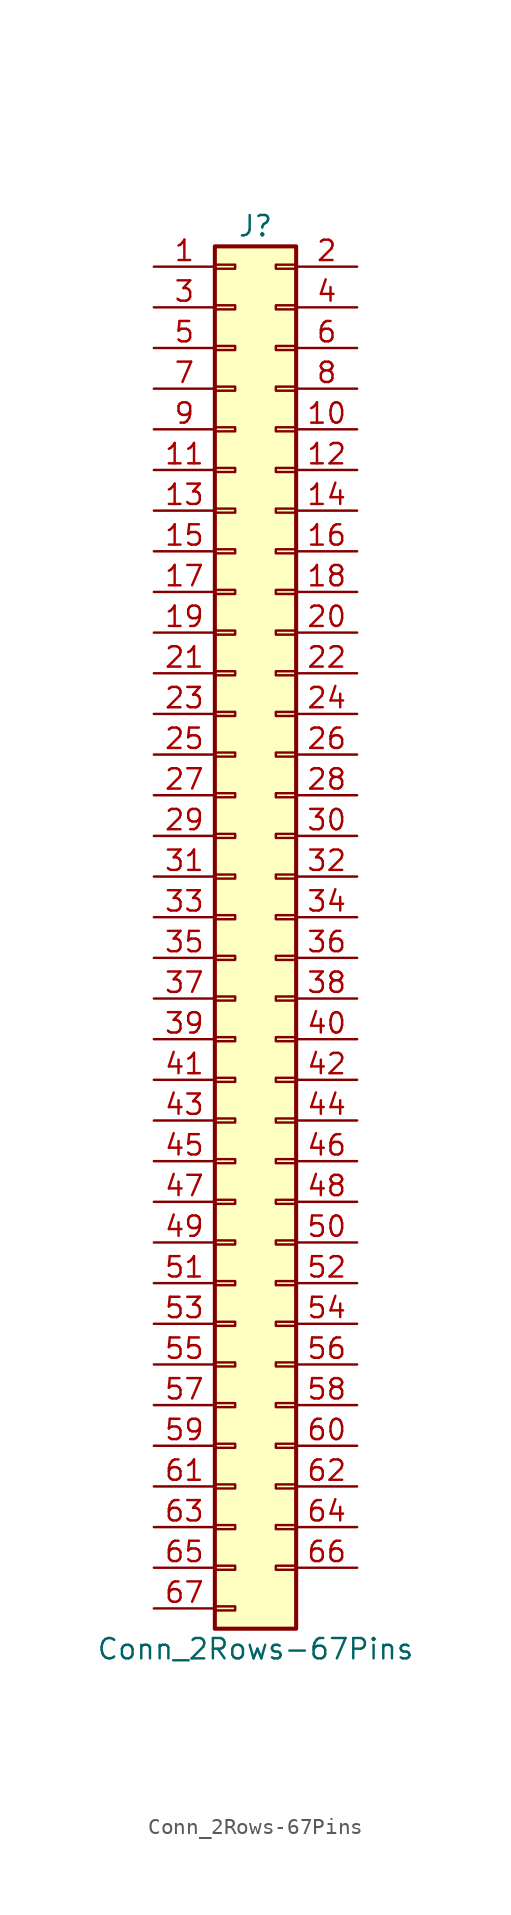
<source format=kicad_sym>
(kicad_symbol_lib
  (version 20200908)
  (generator kicad_symbol_editor)
  (symbol "Connector_Generic:Conn_2Rows-67Pins"
    (pin_names
      (offset 1.016) hide)
    (property "Reference" "J"
      (at 1.27 43.18 0)
      (effects (font (size 1.27 1.27))))
    (property "Value" "Conn_2Rows-67Pins"
      (at 1.27 -45.72 0)
      (effects (font (size 1.27 1.27))))
    (symbol "Conn_2Rows-67Pins_1_1"
      (rectangle (start -1.27 -27.813) (end 0 -28.067) (stroke (width 0.152)) (fill (type none)))
      (rectangle (start -1.27 -30.353) (end 0 -30.607) (stroke (width 0.152)) (fill (type none)))
      (rectangle (start -1.27 -32.893) (end 0 -33.147) (stroke (width 0.152)) (fill (type none)))
      (rectangle (start -1.27 -35.433) (end 0 -35.687) (stroke (width 0.152)) (fill (type none)))
      (rectangle (start -1.27 -37.973) (end 0 -38.227) (stroke (width 0.152)) (fill (type none)))
      (rectangle (start -1.27 -40.513) (end 0 -40.767) (stroke (width 0.152)) (fill (type none)))
      (rectangle (start -1.27 -43.053) (end 0 -43.307) (stroke (width 0.152)) (fill (type none)))
      (rectangle (start -1.27 -4.953) (end 0 -5.207) (stroke (width 0.152)) (fill (type none)))
      (rectangle (start -1.27 -7.493) (end 0 -7.747) (stroke (width 0.152)) (fill (type none)))
      (rectangle (start -1.27 -10.033) (end 0 -10.287) (stroke (width 0.152)) (fill (type none)))
      (rectangle (start -1.27 -12.573) (end 0 -12.827) (stroke (width 0.152)) (fill (type none)))
      (rectangle (start -1.27 -15.113) (end 0 -15.367) (stroke (width 0.152)) (fill (type none)))
      (rectangle (start -1.27 -17.653) (end 0 -17.907) (stroke (width 0.152)) (fill (type none)))
      (rectangle (start -1.27 -20.193) (end 0 -20.447) (stroke (width 0.152)) (fill (type none)))
      (rectangle (start -1.27 -22.733) (end 0 -22.987) (stroke (width 0.152)) (fill (type none)))
      (rectangle (start -1.27 -2.413) (end 0 -2.667) (stroke (width 0.152)) (fill (type none)))
      (rectangle (start -1.27 -25.273) (end 0 -25.527) (stroke (width 0.152)) (fill (type none)))
      (rectangle (start -1.27 25.527) (end 0 25.273) (stroke (width 0.152)) (fill (type none)))
      (rectangle (start -1.27 2.667) (end 0 2.413) (stroke (width 0.152)) (fill (type none)))
      (rectangle (start -1.27 28.067) (end 0 27.813) (stroke (width 0.152)) (fill (type none)))
      (rectangle (start -1.27 30.607) (end 0 30.353) (stroke (width 0.152)) (fill (type none)))
      (rectangle (start -1.27 33.147) (end 0 32.893) (stroke (width 0.152)) (fill (type none)))
      (rectangle (start -1.27 35.687) (end 0 35.433) (stroke (width 0.152)) (fill (type none)))
      (rectangle (start -1.27 38.227) (end 0 37.973) (stroke (width 0.152)) (fill (type none)))
      (rectangle (start -1.27 40.767) (end 0 40.513) (stroke (width 0.152)) (fill (type none)))
      (rectangle (start -1.27 41.91) (end 3.81 -44.45) (stroke (width 0.254)) (fill (type background)))
      (rectangle (start -1.27 5.207) (end 0 4.953) (stroke (width 0.152)) (fill (type none)))
      (rectangle (start -1.27 7.747) (end 0 7.493) (stroke (width 0.152)) (fill (type none)))
      (rectangle (start -1.27 10.287) (end 0 10.033) (stroke (width 0.152)) (fill (type none)))
      (rectangle (start -1.27 0.127) (end 0 -0.127) (stroke (width 0.152)) (fill (type none)))
      (rectangle (start -1.27 12.827) (end 0 12.573) (stroke (width 0.152)) (fill (type none)))
      (rectangle (start -1.27 15.367) (end 0 15.113) (stroke (width 0.152)) (fill (type none)))
      (rectangle (start -1.27 17.907) (end 0 17.653) (stroke (width 0.152)) (fill (type none)))
      (rectangle (start -1.27 20.447) (end 0 20.193) (stroke (width 0.152)) (fill (type none)))
      (rectangle (start -1.27 22.987) (end 0 22.733) (stroke (width 0.152)) (fill (type none)))
      (rectangle (start 3.81 -27.813) (end 2.54 -28.067) (stroke (width 0.152)) (fill (type none)))
      (rectangle (start 3.81 -30.353) (end 2.54 -30.607) (stroke (width 0.152)) (fill (type none)))
      (rectangle (start 3.81 -32.893) (end 2.54 -33.147) (stroke (width 0.152)) (fill (type none)))
      (rectangle (start 3.81 -35.433) (end 2.54 -35.687) (stroke (width 0.152)) (fill (type none)))
      (rectangle (start 3.81 -37.973) (end 2.54 -38.227) (stroke (width 0.152)) (fill (type none)))
      (rectangle (start 3.81 -40.513) (end 2.54 -40.767) (stroke (width 0.152)) (fill (type none)))
      (rectangle (start 3.81 -4.953) (end 2.54 -5.207) (stroke (width 0.152)) (fill (type none)))
      (rectangle (start 3.81 -7.493) (end 2.54 -7.747) (stroke (width 0.152)) (fill (type none)))
      (rectangle (start 3.81 -10.033) (end 2.54 -10.287) (stroke (width 0.152)) (fill (type none)))
      (rectangle (start 3.81 -12.573) (end 2.54 -12.827) (stroke (width 0.152)) (fill (type none)))
      (rectangle (start 3.81 -15.113) (end 2.54 -15.367) (stroke (width 0.152)) (fill (type none)))
      (rectangle (start 3.81 -17.653) (end 2.54 -17.907) (stroke (width 0.152)) (fill (type none)))
      (rectangle (start 3.81 -20.193) (end 2.54 -20.447) (stroke (width 0.152)) (fill (type none)))
      (rectangle (start 3.81 -22.733) (end 2.54 -22.987) (stroke (width 0.152)) (fill (type none)))
      (rectangle (start 3.81 -2.413) (end 2.54 -2.667) (stroke (width 0.152)) (fill (type none)))
      (rectangle (start 3.81 -25.273) (end 2.54 -25.527) (stroke (width 0.152)) (fill (type none)))
      (rectangle (start 3.81 25.527) (end 2.54 25.273) (stroke (width 0.152)) (fill (type none)))
      (rectangle (start 3.81 2.667) (end 2.54 2.413) (stroke (width 0.152)) (fill (type none)))
      (rectangle (start 3.81 28.067) (end 2.54 27.813) (stroke (width 0.152)) (fill (type none)))
      (rectangle (start 3.81 30.607) (end 2.54 30.353) (stroke (width 0.152)) (fill (type none)))
      (rectangle (start 3.81 33.147) (end 2.54 32.893) (stroke (width 0.152)) (fill (type none)))
      (rectangle (start 3.81 35.687) (end 2.54 35.433) (stroke (width 0.152)) (fill (type none)))
      (rectangle (start 3.81 38.227) (end 2.54 37.973) (stroke (width 0.152)) (fill (type none)))
      (rectangle (start 3.81 40.767) (end 2.54 40.513) (stroke (width 0.152)) (fill (type none)))
      (rectangle (start 3.81 5.207) (end 2.54 4.953) (stroke (width 0.152)) (fill (type none)))
      (rectangle (start 3.81 7.747) (end 2.54 7.493) (stroke (width 0.152)) (fill (type none)))
      (rectangle (start 3.81 10.287) (end 2.54 10.033) (stroke (width 0.152)) (fill (type none)))
      (rectangle (start 3.81 0.127) (end 2.54 -0.127) (stroke (width 0.152)) (fill (type none)))
      (rectangle (start 3.81 12.827) (end 2.54 12.573) (stroke (width 0.152)) (fill (type none)))
      (rectangle (start 3.81 15.367) (end 2.54 15.113) (stroke (width 0.152)) (fill (type none)))
      (rectangle (start 3.81 17.907) (end 2.54 17.653) (stroke (width 0.152)) (fill (type none)))
      (rectangle (start 3.81 20.447) (end 2.54 20.193) (stroke (width 0.152)) (fill (type none)))
      (rectangle (start 3.81 22.987) (end 2.54 22.733) (stroke (width 0.152)) (fill (type none)))
      (pin passive line (at -5.08 40.64 0) (length 3.81) (name "Pin_1" (effects (font (size 1.27 1.27)))) (number "1" (effects (font (size 1.27 1.27)))))
      (pin passive line (at 7.62 30.48 180) (length 3.81) (name "Pin_10" (effects (font (size 1.27 1.27)))) (number "10" (effects (font (size 1.27 1.27)))))
      (pin passive line (at -5.08 27.94 0) (length 3.81) (name "Pin_11" (effects (font (size 1.27 1.27)))) (number "11" (effects (font (size 1.27 1.27)))))
      (pin passive line (at 7.62 27.94 180) (length 3.81) (name "Pin_12" (effects (font (size 1.27 1.27)))) (number "12" (effects (font (size 1.27 1.27)))))
      (pin passive line (at -5.08 25.4 0) (length 3.81) (name "Pin_13" (effects (font (size 1.27 1.27)))) (number "13" (effects (font (size 1.27 1.27)))))
      (pin passive line (at 7.62 25.4 180) (length 3.81) (name "Pin_14" (effects (font (size 1.27 1.27)))) (number "14" (effects (font (size 1.27 1.27)))))
      (pin passive line (at -5.08 22.86 0) (length 3.81) (name "Pin_15" (effects (font (size 1.27 1.27)))) (number "15" (effects (font (size 1.27 1.27)))))
      (pin passive line (at 7.62 22.86 180) (length 3.81) (name "Pin_16" (effects (font (size 1.27 1.27)))) (number "16" (effects (font (size 1.27 1.27)))))
      (pin passive line (at -5.08 20.32 0) (length 3.81) (name "Pin_17" (effects (font (size 1.27 1.27)))) (number "17" (effects (font (size 1.27 1.27)))))
      (pin passive line (at 7.62 20.32 180) (length 3.81) (name "Pin_18" (effects (font (size 1.27 1.27)))) (number "18" (effects (font (size 1.27 1.27)))))
      (pin passive line (at -5.08 17.78 0) (length 3.81) (name "Pin_19" (effects (font (size 1.27 1.27)))) (number "19" (effects (font (size 1.27 1.27)))))
      (pin passive line (at 7.62 40.64 180) (length 3.81) (name "Pin_2" (effects (font (size 1.27 1.27)))) (number "2" (effects (font (size 1.27 1.27)))))
      (pin passive line (at 7.62 17.78 180) (length 3.81) (name "Pin_20" (effects (font (size 1.27 1.27)))) (number "20" (effects (font (size 1.27 1.27)))))
      (pin passive line (at -5.08 15.24 0) (length 3.81) (name "Pin_21" (effects (font (size 1.27 1.27)))) (number "21" (effects (font (size 1.27 1.27)))))
      (pin passive line (at 7.62 15.24 180) (length 3.81) (name "Pin_22" (effects (font (size 1.27 1.27)))) (number "22" (effects (font (size 1.27 1.27)))))
      (pin passive line (at -5.08 12.7 0) (length 3.81) (name "Pin_23" (effects (font (size 1.27 1.27)))) (number "23" (effects (font (size 1.27 1.27)))))
      (pin passive line (at 7.62 12.7 180) (length 3.81) (name "Pin_24" (effects (font (size 1.27 1.27)))) (number "24" (effects (font (size 1.27 1.27)))))
      (pin passive line (at -5.08 10.16 0) (length 3.81) (name "Pin_25" (effects (font (size 1.27 1.27)))) (number "25" (effects (font (size 1.27 1.27)))))
      (pin passive line (at 7.62 10.16 180) (length 3.81) (name "Pin_26" (effects (font (size 1.27 1.27)))) (number "26" (effects (font (size 1.27 1.27)))))
      (pin passive line (at -5.08 7.62 0) (length 3.81) (name "Pin_27" (effects (font (size 1.27 1.27)))) (number "27" (effects (font (size 1.27 1.27)))))
      (pin passive line (at 7.62 7.62 180) (length 3.81) (name "Pin_28" (effects (font (size 1.27 1.27)))) (number "28" (effects (font (size 1.27 1.27)))))
      (pin passive line (at -5.08 5.08 0) (length 3.81) (name "Pin_29" (effects (font (size 1.27 1.27)))) (number "29" (effects (font (size 1.27 1.27)))))
      (pin passive line (at -5.08 38.1 0) (length 3.81) (name "Pin_3" (effects (font (size 1.27 1.27)))) (number "3" (effects (font (size 1.27 1.27)))))
      (pin passive line (at 7.62 5.08 180) (length 3.81) (name "Pin_30" (effects (font (size 1.27 1.27)))) (number "30" (effects (font (size 1.27 1.27)))))
      (pin passive line (at -5.08 2.54 0) (length 3.81) (name "Pin_31" (effects (font (size 1.27 1.27)))) (number "31" (effects (font (size 1.27 1.27)))))
      (pin passive line (at 7.62 2.54 180) (length 3.81) (name "Pin_32" (effects (font (size 1.27 1.27)))) (number "32" (effects (font (size 1.27 1.27)))))
      (pin passive line (at -5.08 0 0) (length 3.81) (name "Pin_33" (effects (font (size 1.27 1.27)))) (number "33" (effects (font (size 1.27 1.27)))))
      (pin passive line (at 7.62 0 180) (length 3.81) (name "Pin_34" (effects (font (size 1.27 1.27)))) (number "34" (effects (font (size 1.27 1.27)))))
      (pin passive line (at -5.08 -2.54 0) (length 3.81) (name "Pin_35" (effects (font (size 1.27 1.27)))) (number "35" (effects (font (size 1.27 1.27)))))
      (pin passive line (at 7.62 -2.54 180) (length 3.81) (name "Pin_36" (effects (font (size 1.27 1.27)))) (number "36" (effects (font (size 1.27 1.27)))))
      (pin passive line (at -5.08 -5.08 0) (length 3.81) (name "Pin_37" (effects (font (size 1.27 1.27)))) (number "37" (effects (font (size 1.27 1.27)))))
      (pin passive line (at 7.62 -5.08 180) (length 3.81) (name "Pin_38" (effects (font (size 1.27 1.27)))) (number "38" (effects (font (size 1.27 1.27)))))
      (pin passive line (at -5.08 -7.62 0) (length 3.81) (name "Pin_39" (effects (font (size 1.27 1.27)))) (number "39" (effects (font (size 1.27 1.27)))))
      (pin passive line (at 7.62 38.1 180) (length 3.81) (name "Pin_4" (effects (font (size 1.27 1.27)))) (number "4" (effects (font (size 1.27 1.27)))))
      (pin passive line (at 7.62 -7.62 180) (length 3.81) (name "Pin_40" (effects (font (size 1.27 1.27)))) (number "40" (effects (font (size 1.27 1.27)))))
      (pin passive line (at -5.08 -10.16 0) (length 3.81) (name "Pin_41" (effects (font (size 1.27 1.27)))) (number "41" (effects (font (size 1.27 1.27)))))
      (pin passive line (at 7.62 -10.16 180) (length 3.81) (name "Pin_42" (effects (font (size 1.27 1.27)))) (number "42" (effects (font (size 1.27 1.27)))))
      (pin passive line (at -5.08 -12.7 0) (length 3.81) (name "Pin_43" (effects (font (size 1.27 1.27)))) (number "43" (effects (font (size 1.27 1.27)))))
      (pin passive line (at 7.62 -12.7 180) (length 3.81) (name "Pin_44" (effects (font (size 1.27 1.27)))) (number "44" (effects (font (size 1.27 1.27)))))
      (pin passive line (at -5.08 -15.24 0) (length 3.81) (name "Pin_45" (effects (font (size 1.27 1.27)))) (number "45" (effects (font (size 1.27 1.27)))))
      (pin passive line (at 7.62 -15.24 180) (length 3.81) (name "Pin_46" (effects (font (size 1.27 1.27)))) (number "46" (effects (font (size 1.27 1.27)))))
      (pin passive line (at -5.08 -17.78 0) (length 3.81) (name "Pin_47" (effects (font (size 1.27 1.27)))) (number "47" (effects (font (size 1.27 1.27)))))
      (pin passive line (at 7.62 -17.78 180) (length 3.81) (name "Pin_48" (effects (font (size 1.27 1.27)))) (number "48" (effects (font (size 1.27 1.27)))))
      (pin passive line (at -5.08 -20.32 0) (length 3.81) (name "Pin_49" (effects (font (size 1.27 1.27)))) (number "49" (effects (font (size 1.27 1.27)))))
      (pin passive line (at -5.08 35.56 0) (length 3.81) (name "Pin_5" (effects (font (size 1.27 1.27)))) (number "5" (effects (font (size 1.27 1.27)))))
      (pin passive line (at 7.62 -20.32 180) (length 3.81) (name "Pin_50" (effects (font (size 1.27 1.27)))) (number "50" (effects (font (size 1.27 1.27)))))
      (pin passive line (at -5.08 -22.86 0) (length 3.81) (name "Pin_51" (effects (font (size 1.27 1.27)))) (number "51" (effects (font (size 1.27 1.27)))))
      (pin passive line (at 7.62 -22.86 180) (length 3.81) (name "Pin_52" (effects (font (size 1.27 1.27)))) (number "52" (effects (font (size 1.27 1.27)))))
      (pin passive line (at -5.08 -25.4 0) (length 3.81) (name "Pin_53" (effects (font (size 1.27 1.27)))) (number "53" (effects (font (size 1.27 1.27)))))
      (pin passive line (at 7.62 -25.4 180) (length 3.81) (name "Pin_54" (effects (font (size 1.27 1.27)))) (number "54" (effects (font (size 1.27 1.27)))))
      (pin passive line (at -5.08 -27.94 0) (length 3.81) (name "Pin_55" (effects (font (size 1.27 1.27)))) (number "55" (effects (font (size 1.27 1.27)))))
      (pin passive line (at 7.62 -27.94 180) (length 3.81) (name "Pin_56" (effects (font (size 1.27 1.27)))) (number "56" (effects (font (size 1.27 1.27)))))
      (pin passive line (at -5.08 -30.48 0) (length 3.81) (name "Pin_57" (effects (font (size 1.27 1.27)))) (number "57" (effects (font (size 1.27 1.27)))))
      (pin passive line (at 7.62 -30.48 180) (length 3.81) (name "Pin_58" (effects (font (size 1.27 1.27)))) (number "58" (effects (font (size 1.27 1.27)))))
      (pin passive line (at -5.08 -33.02 0) (length 3.81) (name "Pin_59" (effects (font (size 1.27 1.27)))) (number "59" (effects (font (size 1.27 1.27)))))
      (pin passive line (at 7.62 35.56 180) (length 3.81) (name "Pin_6" (effects (font (size 1.27 1.27)))) (number "6" (effects (font (size 1.27 1.27)))))
      (pin passive line (at 7.62 -33.02 180) (length 3.81) (name "Pin_60" (effects (font (size 1.27 1.27)))) (number "60" (effects (font (size 1.27 1.27)))))
      (pin passive line (at -5.08 -35.56 0) (length 3.81) (name "Pin_61" (effects (font (size 1.27 1.27)))) (number "61" (effects (font (size 1.27 1.27)))))
      (pin passive line (at 7.62 -35.56 180) (length 3.81) (name "Pin_62" (effects (font (size 1.27 1.27)))) (number "62" (effects (font (size 1.27 1.27)))))
      (pin passive line (at -5.08 -38.1 0) (length 3.81) (name "Pin_63" (effects (font (size 1.27 1.27)))) (number "63" (effects (font (size 1.27 1.27)))))
      (pin passive line (at 7.62 -38.1 180) (length 3.81) (name "Pin_64" (effects (font (size 1.27 1.27)))) (number "64" (effects (font (size 1.27 1.27)))))
      (pin passive line (at -5.08 -40.64 0) (length 3.81) (name "Pin_65" (effects (font (size 1.27 1.27)))) (number "65" (effects (font (size 1.27 1.27)))))
      (pin passive line (at 7.62 -40.64 180) (length 3.81) (name "Pin_66" (effects (font (size 1.27 1.27)))) (number "66" (effects (font (size 1.27 1.27)))))
      (pin passive line (at -5.08 -43.18 0) (length 3.81) (name "Pin_67" (effects (font (size 1.27 1.27)))) (number "67" (effects (font (size 1.27 1.27)))))
      (pin passive line (at -5.08 33.02 0) (length 3.81) (name "Pin_7" (effects (font (size 1.27 1.27)))) (number "7" (effects (font (size 1.27 1.27)))))
      (pin passive line (at 7.62 33.02 180) (length 3.81) (name "Pin_8" (effects (font (size 1.27 1.27)))) (number "8" (effects (font (size 1.27 1.27)))))
      (pin passive line (at -5.08 30.48 0) (length 3.81) (name "Pin_9" (effects (font (size 1.27 1.27)))) (number "9" (effects (font (size 1.27 1.27))))))))
</source>
